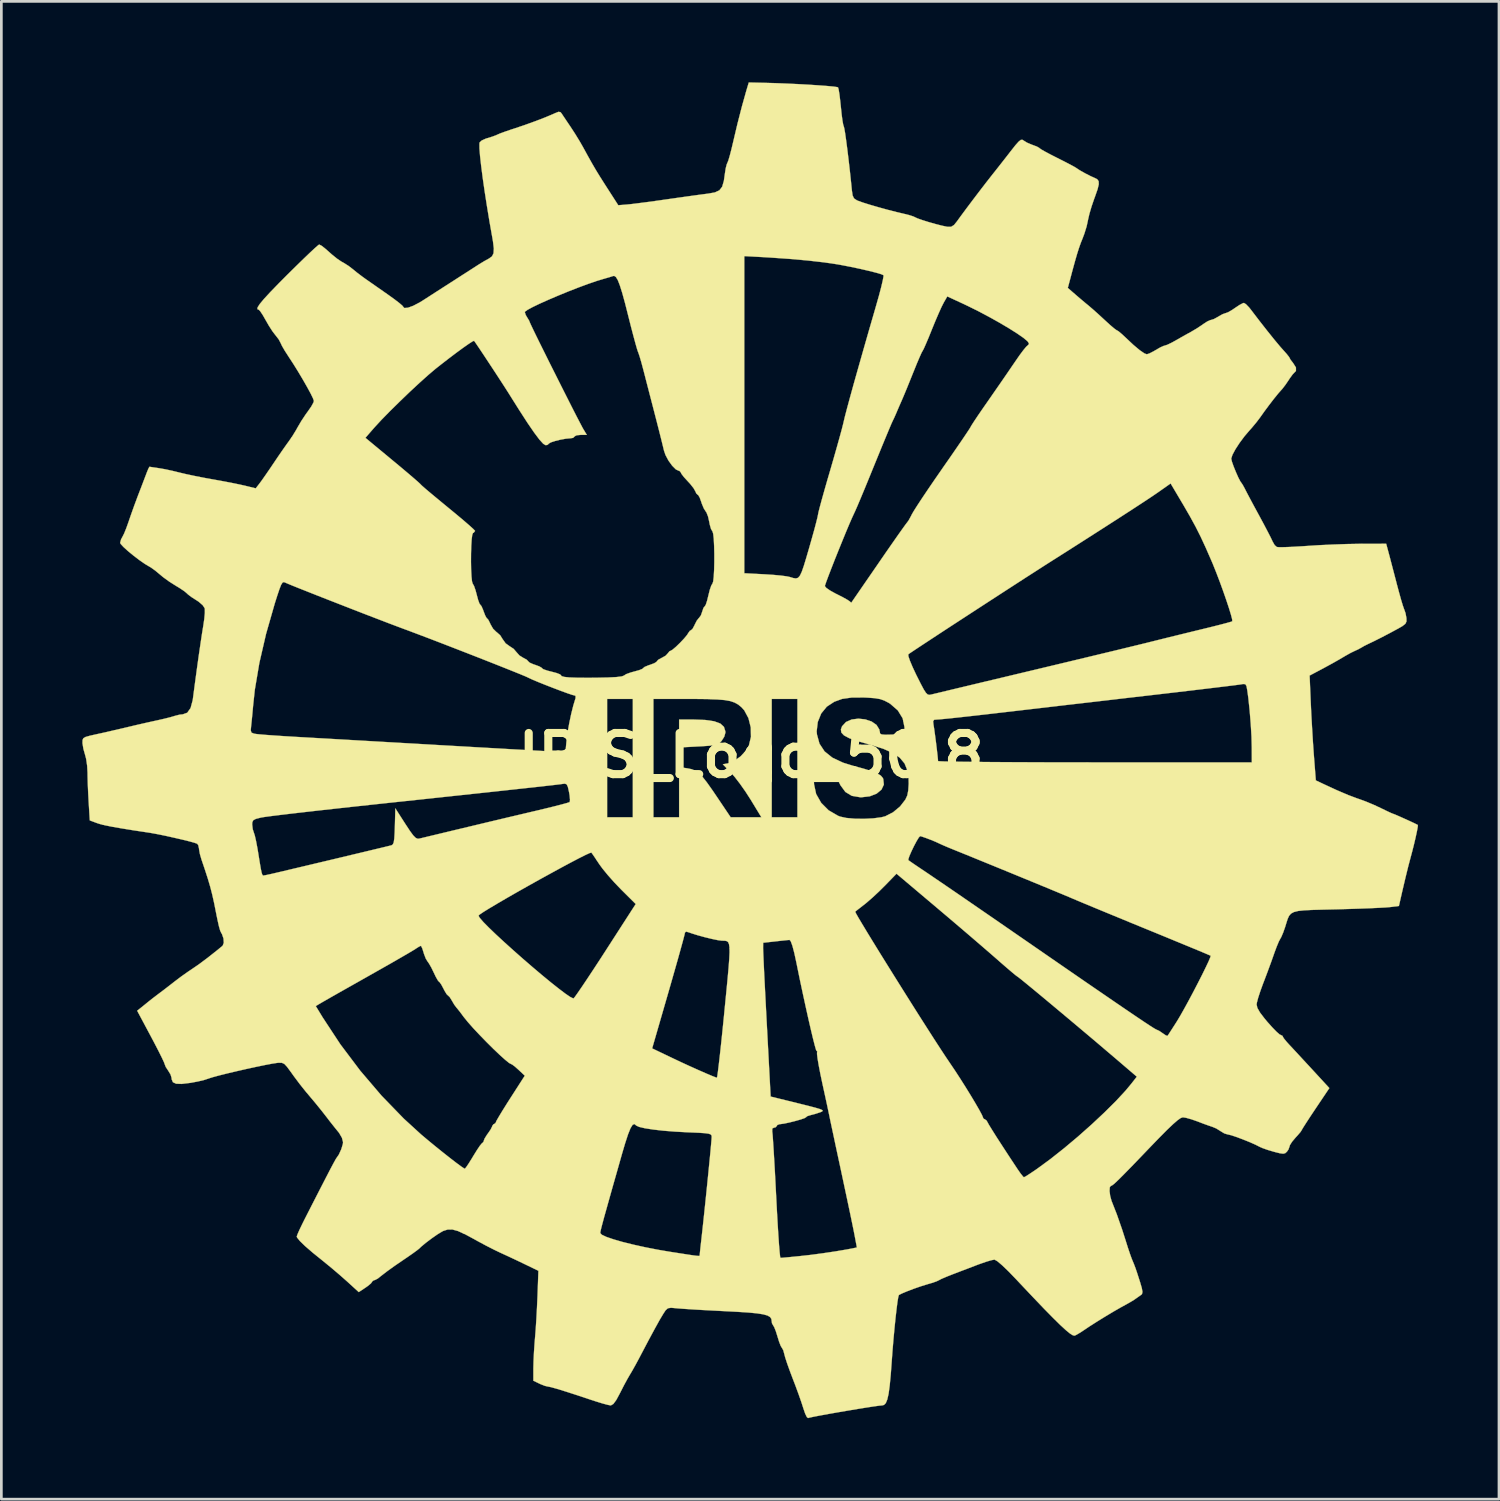
<source format=kicad_pcb>
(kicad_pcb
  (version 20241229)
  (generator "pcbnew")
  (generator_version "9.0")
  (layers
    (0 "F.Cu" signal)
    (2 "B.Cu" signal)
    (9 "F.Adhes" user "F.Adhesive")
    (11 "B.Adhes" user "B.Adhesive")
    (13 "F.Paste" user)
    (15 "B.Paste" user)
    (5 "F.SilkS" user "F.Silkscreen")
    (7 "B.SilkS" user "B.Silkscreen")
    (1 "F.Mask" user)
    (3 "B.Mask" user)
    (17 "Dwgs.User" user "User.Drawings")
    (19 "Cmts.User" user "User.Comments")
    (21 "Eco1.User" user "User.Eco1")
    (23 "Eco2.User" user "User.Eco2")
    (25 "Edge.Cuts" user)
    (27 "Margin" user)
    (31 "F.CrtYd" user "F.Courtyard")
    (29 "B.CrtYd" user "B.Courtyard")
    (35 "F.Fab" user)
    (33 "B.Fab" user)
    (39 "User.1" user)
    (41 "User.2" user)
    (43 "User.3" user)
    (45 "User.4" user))
  (footprint "IRIS_Logo_50.8"
    (layer "F.Cu")
    (at 24.767 24.929)
    (property "Reference" "IRIS_Logo_50.8" (at 0 0 0) (layer "F.SilkS") (effects (font (size 1.524 1.524) (thickness 0.3))))
    (attr through_hole)
    (fp_poly (pts (xy -2.143 -1.332) (xy -1.699 -1.316) (xy -1.369 -1.268) (xy -1.141 -1.184) (xy -1.007 -1.06) (xy -0.954 -0.891) (xy -0.953 -0.849) (xy -0.993 -0.702) (xy -1.091 -0.545) (xy -1.095 -0.54) (xy -1.166 -0.467) (xy -1.247 -0.417) (xy -1.365 -0.384) (xy -1.546 -0.362) (xy -1.817 -0.343) (xy -1.953 -0.336) (xy -2.667 -0.298) (xy -2.667 -1.333) (xy -2.143 -1.332)) (stroke (width 0.01) (type solid)) (fill yes) (layer "F.SilkS"))
    (fp_poly (pts (xy 0.544 -24.91) (xy 0.923 -24.899) (xy 1.328 -24.883) (xy 1.741 -24.864) (xy 2.139 -24.842) (xy 2.503 -24.818) (xy 2.813 -24.795) (xy 3.048 -24.773) (xy 3.188 -24.753) (xy 3.218 -24.743) (xy 3.24 -24.667) (xy 3.269 -24.492) (xy 3.299 -24.245) (xy 3.323 -24.019) (xy 3.352 -23.738) (xy 3.383 -23.507) (xy 3.411 -23.353) (xy 3.428 -23.305) (xy 3.448 -23.234) (xy 3.479 -23.056) (xy 3.517 -22.789) (xy 3.561 -22.453) (xy 3.608 -22.065) (xy 3.656 -21.646) (xy 3.702 -21.213) (xy 3.73 -20.933) (xy 3.758 -20.74) (xy 3.811 -20.631) (xy 3.916 -20.561) (xy 3.96 -20.542) (xy 4.135 -20.479) (xy 4.4 -20.396) (xy 4.72 -20.303) (xy 5.061 -20.209) (xy 5.389 -20.125) (xy 5.652 -20.063) (xy 5.856 -20.012) (xy 6.011 -19.962) (xy 6.066 -19.935) (xy 6.161 -19.891) (xy 6.344 -19.827) (xy 6.58 -19.753) (xy 6.832 -19.682) (xy 7.066 -19.622) (xy 7.246 -19.584) (xy 7.271 -19.58) (xy 7.408 -19.581) (xy 7.515 -19.648) (xy 7.62 -19.778) (xy 7.767 -19.981) (xy 7.97 -20.255) (xy 8.206 -20.569) (xy 8.453 -20.894) (xy 8.688 -21.2) (xy 8.889 -21.457) (xy 8.954 -21.539) (xy 9.129 -21.76) (xy 9.343 -22.033) (xy 9.557 -22.307) (xy 9.613 -22.38) (xy 9.789 -22.603) (xy 9.909 -22.737) (xy 9.989 -22.799) (xy 10.049 -22.801) (xy 10.09 -22.775) (xy 10.217 -22.696) (xy 10.398 -22.62) (xy 10.426 -22.61) (xy 10.581 -22.552) (xy 10.672 -22.5) (xy 10.68 -22.491) (xy 10.741 -22.447) (xy 10.893 -22.36) (xy 11.112 -22.244) (xy 11.335 -22.131) (xy 11.597 -21.999) (xy 11.818 -21.884) (xy 11.973 -21.8) (xy 12.033 -21.763) (xy 12.162 -21.677) (xy 12.356 -21.567) (xy 12.564 -21.46) (xy 12.716 -21.392) (xy 12.817 -21.341) (xy 12.869 -21.269) (xy 12.874 -21.155) (xy 12.831 -20.975) (xy 12.738 -20.708) (xy 12.702 -20.61) (xy 12.607 -20.333) (xy 12.527 -20.061) (xy 12.477 -19.845) (xy 12.472 -19.817) (xy 12.423 -19.591) (xy 12.34 -19.324) (xy 12.279 -19.161) (xy 12.208 -18.985) (xy 12.144 -18.805) (xy 12.077 -18.596) (xy 12 -18.331) (xy 11.905 -17.985) (xy 11.827 -17.691) (xy 11.727 -17.316) (xy 11.99 -17.088) (xy 12.195 -16.912) (xy 12.408 -16.733) (xy 12.487 -16.669) (xy 12.648 -16.531) (xy 12.859 -16.343) (xy 13.078 -16.141) (xy 13.107 -16.114) (xy 13.29 -15.947) (xy 13.439 -15.82) (xy 13.529 -15.754) (xy 13.542 -15.749) (xy 13.61 -15.707) (xy 13.737 -15.6) (xy 13.867 -15.478) (xy 14.155 -15.208) (xy 14.391 -15.01) (xy 14.565 -14.891) (xy 14.653 -14.859) (xy 14.752 -14.891) (xy 14.909 -14.972) (xy 14.986 -15.018) (xy 15.153 -15.114) (xy 15.284 -15.172) (xy 15.318 -15.18) (xy 15.414 -15.212) (xy 15.578 -15.291) (xy 15.716 -15.367) (xy 15.949 -15.5) (xy 16.185 -15.632) (xy 16.288 -15.688) (xy 16.501 -15.814) (xy 16.707 -15.95) (xy 16.744 -15.978) (xy 16.894 -16.075) (xy 17.011 -16.127) (xy 17.03 -16.129) (xy 17.136 -16.163) (xy 17.285 -16.244) (xy 17.304 -16.256) (xy 17.453 -16.341) (xy 17.565 -16.382) (xy 17.574 -16.383) (xy 17.669 -16.418) (xy 17.821 -16.507) (xy 17.917 -16.573) (xy 18.081 -16.682) (xy 18.209 -16.75) (xy 18.25 -16.761) (xy 18.327 -16.712) (xy 18.442 -16.593) (xy 18.498 -16.523) (xy 18.82 -16.102) (xy 19.12 -15.719) (xy 19.383 -15.392) (xy 19.595 -15.138) (xy 19.702 -15.018) (xy 19.833 -14.871) (xy 19.919 -14.762) (xy 19.939 -14.726) (xy 19.976 -14.656) (xy 20.066 -14.542) (xy 20.176 -14.37) (xy 20.176 -14.241) (xy 20.127 -14.191) (xy 20.055 -14.115) (xy 19.951 -13.973) (xy 19.903 -13.899) (xy 19.781 -13.72) (xy 19.667 -13.573) (xy 19.635 -13.538) (xy 19.521 -13.409) (xy 19.359 -13.209) (xy 19.176 -12.971) (xy 18.997 -12.73) (xy 18.86 -12.536) (xy 18.719 -12.349) (xy 18.543 -12.137) (xy 18.457 -12.041) (xy 18.268 -11.82) (xy 18.087 -11.576) (xy 17.933 -11.339) (xy 17.825 -11.137) (xy 17.78 -10.999) (xy 17.78 -10.992) (xy 17.805 -10.883) (xy 17.868 -10.704) (xy 17.953 -10.495) (xy 18.041 -10.296) (xy 18.118 -10.149) (xy 18.156 -10.097) (xy 18.205 -10.024) (xy 18.282 -9.883) (xy 18.302 -9.842) (xy 18.374 -9.703) (xy 18.491 -9.482) (xy 18.639 -9.206) (xy 18.802 -8.906) (xy 18.828 -8.858) (xy 18.987 -8.563) (xy 19.128 -8.294) (xy 19.239 -8.078) (xy 19.304 -7.942) (xy 19.31 -7.927) (xy 19.389 -7.79) (xy 19.469 -7.722) (xy 19.561 -7.714) (xy 19.756 -7.716) (xy 20.031 -7.727) (xy 20.361 -7.746) (xy 20.592 -7.761) (xy 21.044 -7.79) (xy 21.551 -7.813) (xy 22.055 -7.831) (xy 22.499 -7.839) (xy 22.57 -7.839) (xy 23.518 -7.842) (xy 23.603 -7.525) (xy 23.652 -7.342) (xy 23.723 -7.071) (xy 23.808 -6.746) (xy 23.897 -6.405) (xy 23.906 -6.368) (xy 23.991 -6.05) (xy 24.069 -5.77) (xy 24.134 -5.554) (xy 24.178 -5.428) (xy 24.184 -5.415) (xy 24.234 -5.272) (xy 24.267 -5.092) (xy 24.27 -4.967) (xy 24.229 -4.879) (xy 24.12 -4.793) (xy 23.971 -4.707) (xy 23.669 -4.544) (xy 23.354 -4.379) (xy 23.068 -4.235) (xy 22.86 -4.136) (xy 22.703 -4.058) (xy 22.606 -4.001) (xy 22.473 -3.928) (xy 22.352 -3.873) (xy 22.199 -3.799) (xy 22.006 -3.691) (xy 21.939 -3.651) (xy 21.762 -3.547) (xy 21.518 -3.409) (xy 21.252 -3.264) (xy 21.184 -3.227) (xy 20.682 -2.961) (xy 20.724 -1.972) (xy 20.745 -1.521) (xy 20.774 -1.011) (xy 20.805 -0.503) (xy 20.836 -0.057) (xy 20.838 -0.032) (xy 20.912 0.921) (xy 21.203 1.059) (xy 21.701 1.289) (xy 22.112 1.464) (xy 22.456 1.593) (xy 22.537 1.62) (xy 22.776 1.708) (xy 23.062 1.828) (xy 23.313 1.945) (xy 23.523 2.047) (xy 23.686 2.123) (xy 23.77 2.158) (xy 23.775 2.159) (xy 23.84 2.183) (xy 23.986 2.246) (xy 24.176 2.331) (xy 24.377 2.422) (xy 24.551 2.503) (xy 24.666 2.56) (xy 24.69 2.574) (xy 24.687 2.641) (xy 24.657 2.803) (xy 24.608 3.032) (xy 24.545 3.3) (xy 24.474 3.58) (xy 24.421 3.778) (xy 24.336 4.099) (xy 24.232 4.522) (xy 24.113 5.028) (xy 24.056 5.278) (xy 23.989 5.572) (xy 23.663 5.613) (xy 23.51 5.626) (xy 23.251 5.64) (xy 22.908 5.656) (xy 22.503 5.671) (xy 22.056 5.685) (xy 21.696 5.695) (xy 21.184 5.707) (xy 20.784 5.718) (xy 20.48 5.733) (xy 20.257 5.757) (xy 20.099 5.797) (xy 19.992 5.856) (xy 19.92 5.94) (xy 19.868 6.055) (xy 19.82 6.205) (xy 19.776 6.35) (xy 19.703 6.557) (xy 19.633 6.722) (xy 19.596 6.787) (xy 19.543 6.886) (xy 19.466 7.07) (xy 19.379 7.303) (xy 19.36 7.358) (xy 19.259 7.644) (xy 19.132 7.989) (xy 19.003 8.332) (xy 18.959 8.445) (xy 18.859 8.72) (xy 18.778 8.967) (xy 18.729 9.153) (xy 18.719 9.22) (xy 18.747 9.347) (xy 18.845 9.519) (xy 19.023 9.752) (xy 19.12 9.867) (xy 19.301 10.07) (xy 19.458 10.231) (xy 19.569 10.328) (xy 19.606 10.346) (xy 19.68 10.383) (xy 19.685 10.401) (xy 19.725 10.472) (xy 19.829 10.6) (xy 19.923 10.704) (xy 20.055 10.845) (xy 20.248 11.053) (xy 20.48 11.304) (xy 20.727 11.571) (xy 20.787 11.636) (xy 21.413 12.316) (xy 20.898 13.083) (xy 20.716 13.356) (xy 20.562 13.592) (xy 20.449 13.769) (xy 20.39 13.868) (xy 20.384 13.882) (xy 20.344 13.943) (xy 20.241 14.063) (xy 20.162 14.149) (xy 20.034 14.301) (xy 19.953 14.428) (xy 19.94 14.473) (xy 19.899 14.59) (xy 19.842 14.671) (xy 19.78 14.727) (xy 19.705 14.746) (xy 19.581 14.73) (xy 19.375 14.678) (xy 19.35 14.671) (xy 19.121 14.603) (xy 18.928 14.534) (xy 18.828 14.489) (xy 18.679 14.413) (xy 18.465 14.318) (xy 18.221 14.22) (xy 17.982 14.13) (xy 17.784 14.064) (xy 17.662 14.034) (xy 17.653 14.034) (xy 17.525 13.996) (xy 17.392 13.915) (xy 17.223 13.81) (xy 17.081 13.751) (xy 16.939 13.703) (xy 16.728 13.627) (xy 16.531 13.551) (xy 16.304 13.472) (xy 16.103 13.416) (xy 15.987 13.399) (xy 15.911 13.424) (xy 15.793 13.506) (xy 15.625 13.652) (xy 15.396 13.87) (xy 15.1 14.169) (xy 14.792 14.488) (xy 14.398 14.899) (xy 14.083 15.226) (xy 13.836 15.478) (xy 13.65 15.665) (xy 13.515 15.796) (xy 13.422 15.879) (xy 13.361 15.924) (xy 13.325 15.938) (xy 13.321 15.938) (xy 13.281 15.993) (xy 13.273 16.129) (xy 13.296 16.308) (xy 13.346 16.49) (xy 13.359 16.524) (xy 13.544 16.996) (xy 13.739 17.556) (xy 13.872 17.971) (xy 13.955 18.235) (xy 14.034 18.469) (xy 14.094 18.635) (xy 14.108 18.669) (xy 14.172 18.822) (xy 14.232 18.979) (xy 14.3 19.18) (xy 14.39 19.461) (xy 14.401 19.494) (xy 14.468 19.724) (xy 14.492 19.863) (xy 14.475 19.942) (xy 14.447 19.971) (xy 14.15 20.179) (xy 13.906 20.319) (xy 13.694 20.435) (xy 13.412 20.597) (xy 13.099 20.785) (xy 12.793 20.974) (xy 12.53 21.142) (xy 12.383 21.241) (xy 12.2 21.363) (xy 12.045 21.454) (xy 11.982 21.484) (xy 11.919 21.474) (xy 11.812 21.409) (xy 11.657 21.282) (xy 11.448 21.09) (xy 11.179 20.825) (xy 10.844 20.484) (xy 10.438 20.059) (xy 9.954 19.547) (xy 9.821 19.405) (xy 9.536 19.109) (xy 9.301 18.883) (xy 9.125 18.733) (xy 9.018 18.67) (xy 9.008 18.669) (xy 8.894 18.691) (xy 8.698 18.749) (xy 8.455 18.834) (xy 8.363 18.868) (xy 8.058 18.985) (xy 7.734 19.108) (xy 7.458 19.214) (xy 7.429 19.225) (xy 7.213 19.311) (xy 7.042 19.385) (xy 6.953 19.432) (xy 6.953 19.432) (xy 6.862 19.475) (xy 6.688 19.534) (xy 6.509 19.587) (xy 6.292 19.654) (xy 6.038 19.742) (xy 5.787 19.837) (xy 5.582 19.923) (xy 5.472 19.979) (xy 5.45 20.05) (xy 5.42 20.228) (xy 5.386 20.493) (xy 5.348 20.826) (xy 5.309 21.207) (xy 5.271 21.616) (xy 5.236 22.035) (xy 5.208 22.416) (xy 5.17 22.933) (xy 5.131 23.336) (xy 5.09 23.637) (xy 5.042 23.848) (xy 4.987 23.982) (xy 4.92 24.05) (xy 4.853 24.067) (xy 4.746 24.077) (xy 4.542 24.105) (xy 4.263 24.148) (xy 3.934 24.201) (xy 3.576 24.261) (xy 3.213 24.323) (xy 2.866 24.384) (xy 2.559 24.44) (xy 2.315 24.487) (xy 2.157 24.521) (xy 2.107 24.536) (xy 2.062 24.498) (xy 1.999 24.367) (xy 1.934 24.176) (xy 1.861 23.95) (xy 1.756 23.65) (xy 1.635 23.321) (xy 1.543 23.082) (xy 1.431 22.785) (xy 1.333 22.512) (xy 1.262 22.294) (xy 1.231 22.177) (xy 1.19 22.025) (xy 1.142 21.939) (xy 1.139 21.936) (xy 1.094 21.862) (xy 1.033 21.702) (xy 0.978 21.523) (xy 0.914 21.318) (xy 0.854 21.167) (xy 0.817 21.108) (xy 0.771 21.024) (xy 0.762 20.953) (xy 0.749 20.865) (xy 0.702 20.795) (xy 0.607 20.739) (xy 0.45 20.695) (xy 0.219 20.659) (xy -0.101 20.628) (xy -0.522 20.601) (xy -0.984 20.577) (xy -1.424 20.554) (xy -1.841 20.532) (xy -2.211 20.51) (xy -2.511 20.49) (xy -2.718 20.474) (xy -2.773 20.469) (xy -2.967 20.452) (xy -3.082 20.47) (xy -3.166 20.543) (xy -3.255 20.678) (xy -3.384 20.894) (xy -3.564 21.219) (xy -3.794 21.645) (xy -4.069 22.167) (xy -4.159 22.339) (xy -4.286 22.574) (xy -4.413 22.8) (xy -4.489 22.927) (xy -4.586 23.095) (xy -4.713 23.329) (xy -4.842 23.582) (xy -4.855 23.608) (xy -4.993 23.865) (xy -5.102 24.013) (xy -5.192 24.066) (xy -5.202 24.067) (xy -5.31 24.047) (xy -5.507 23.994) (xy -5.76 23.916) (xy -5.947 23.855) (xy -6.439 23.691) (xy -6.854 23.557) (xy -7.181 23.456) (xy -7.411 23.392) (xy -7.533 23.367) (xy -7.538 23.367) (xy -7.643 23.342) (xy -7.802 23.279) (xy -7.84 23.261) (xy -8.065 23.154) (xy -8.065 22.701) (xy -8.058 22.431) (xy -8.042 22.091) (xy -8.018 21.738) (xy -8.005 21.585) (xy -7.979 21.261) (xy -7.953 20.859) (xy -7.93 20.43) (xy -7.912 20.024) (xy -7.911 20.003) (xy -7.878 19.082) (xy -8.368 18.845) (xy -8.664 18.703) (xy -8.981 18.554) (xy -9.255 18.428) (xy -9.271 18.421) (xy -9.515 18.304) (xy -9.819 18.149) (xy -10.13 17.982) (xy -10.255 17.912) (xy -10.598 17.727) (xy -10.692 17.685) (xy -5.588 17.685) (xy -5.528 17.749) (xy -5.359 17.828) (xy -5.096 17.918) (xy -4.757 18.016) (xy -4.357 18.115) (xy -3.913 18.213) (xy -3.44 18.305) (xy -3.016 18.377) (xy -2.618 18.439) (xy -2.328 18.484) (xy -2.13 18.513) (xy -2.005 18.529) (xy -1.937 18.532) (xy -1.909 18.525) (xy -1.904 18.509) (xy -1.904 18.494) (xy -1.897 18.414) (xy -1.879 18.238) (xy -1.852 17.999) (xy -1.838 17.875) (xy -1.804 17.571) (xy -1.764 17.201) (xy -1.72 16.785) (xy -1.674 16.343) (xy -1.628 15.893) (xy -1.584 15.454) (xy -1.544 15.048) (xy -1.509 14.691) (xy -1.483 14.405) (xy -1.466 14.208) (xy -1.461 14.122) (xy -1.467 14.07) (xy -1.498 14.032) (xy -1.574 14.005) (xy -1.715 13.986) (xy -1.938 13.971) (xy -2.264 13.957) (xy -2.365 13.953) (xy -2.827 13.928) (xy -3.254 13.894) (xy -3.629 13.851) (xy -3.933 13.804) (xy -4.149 13.753) (xy -4.258 13.703) (xy -4.264 13.696) (xy -4.325 13.646) (xy -4.392 13.68) (xy -4.469 13.806) (xy -4.56 14.033) (xy -4.669 14.368) (xy -4.779 14.741) (xy -4.971 15.418) (xy -5.132 15.983) (xy -5.262 16.446) (xy -5.366 16.817) (xy -5.447 17.107) (xy -5.506 17.326) (xy -5.547 17.483) (xy -5.572 17.589) (xy -5.585 17.654) (xy -5.588 17.685) (xy -10.692 17.685) (xy -10.86 17.609) (xy -11.065 17.553) (xy -11.236 17.554) (xy -11.395 17.604) (xy -11.438 17.625) (xy -11.609 17.728) (xy -11.826 17.879) (xy -12.045 18.044) (xy -12.223 18.192) (xy -12.287 18.255) (xy -12.365 18.318) (xy -12.522 18.433) (xy -12.732 18.579) (xy -12.859 18.665) (xy -13.203 18.9) (xy -13.478 19.098) (xy -13.722 19.286) (xy -13.824 19.368) (xy -13.933 19.425) (xy -13.967 19.431) (xy -14.031 19.472) (xy -14.034 19.486) (xy -14.082 19.551) (xy -14.205 19.652) (xy -14.282 19.706) (xy -14.531 19.871) (xy -14.965 19.475) (xy -15.231 19.24) (xy -15.538 18.979) (xy -15.828 18.741) (xy -15.875 18.703) (xy -16.238 18.41) (xy -16.52 18.166) (xy -16.714 17.977) (xy -16.815 17.851) (xy -16.828 17.814) (xy -16.8 17.732) (xy -16.727 17.565) (xy -16.619 17.341) (xy -16.537 17.176) (xy -16.243 16.6) (xy -15.985 16.097) (xy -15.767 15.673) (xy -15.593 15.337) (xy -15.465 15.096) (xy -15.388 14.956) (xy -15.367 14.922) (xy -15.269 14.78) (xy -15.178 14.579) (xy -15.12 14.386) (xy -15.113 14.318) (xy -15.154 14.157) (xy -15.258 13.978) (xy -15.288 13.94) (xy -15.422 13.775) (xy -15.591 13.562) (xy -15.716 13.399) (xy -15.902 13.16) (xy -16.106 12.908) (xy -16.224 12.766) (xy -16.492 12.448) (xy -16.714 12.17) (xy -16.932 11.879) (xy -17.05 11.714) (xy -17.188 11.527) (xy -17.286 11.422) (xy -17.379 11.38) (xy -17.498 11.378) (xy -17.558 11.384) (xy -17.735 11.411) (xy -17.999 11.461) (xy -18.324 11.528) (xy -18.683 11.606) (xy -19.051 11.69) (xy -19.402 11.773) (xy -19.709 11.85) (xy -19.947 11.915) (xy -20.089 11.96) (xy -20.098 11.964) (xy -20.254 12.015) (xy -20.488 12.071) (xy -20.753 12.121) (xy -20.784 12.125) (xy -21.092 12.162) (xy -21.296 12.154) (xy -21.413 12.099) (xy -21.46 11.99) (xy -21.463 11.939) (xy -21.501 11.813) (xy -21.59 11.667) (xy -21.679 11.533) (xy -21.717 11.434) (xy -21.717 11.433) (xy -21.746 11.355) (xy -21.825 11.186) (xy -21.945 10.945) (xy -22.097 10.652) (xy -22.227 10.406) (xy -22.737 9.452) (xy -22.592 9.336) (xy -22.519 9.278) (xy -16.124 9.278) (xy -15.865 9.703) (xy -15.211 10.698) (xy -14.477 11.672) (xy -13.687 12.598) (xy -12.864 13.447) (xy -12.224 14.032) (xy -11.966 14.249) (xy -11.688 14.478) (xy -11.407 14.704) (xy -11.142 14.913) (xy -10.911 15.091) (xy -10.732 15.223) (xy -10.624 15.294) (xy -10.603 15.303) (xy -10.558 15.252) (xy -10.466 15.117) (xy -10.343 14.921) (xy -10.287 14.827) (xy -10.155 14.614) (xy -10.044 14.449) (xy -9.97 14.36) (xy -9.955 14.351) (xy -9.909 14.301) (xy -9.906 14.278) (xy -9.87 14.184) (xy -9.781 14.041) (xy -9.747 13.996) (xy -9.647 13.85) (xy -9.592 13.739) (xy -9.588 13.72) (xy -9.543 13.655) (xy -9.525 13.652) (xy -9.463 13.608) (xy -9.461 13.594) (xy -9.429 13.523) (xy -9.338 13.366) (xy -9.202 13.141) (xy -9.032 12.869) (xy -8.922 12.697) (xy -8.382 11.857) (xy -8.609 11.644) (xy -8.749 11.519) (xy -8.853 11.442) (xy -8.881 11.43) (xy -8.964 11.386) (xy -9.114 11.264) (xy -9.315 11.083) (xy -9.551 10.858) (xy -9.563 10.846) (xy -3.666 10.846) (xy -2.928 11.199) (xy -2.605 11.352) (xy -2.272 11.505) (xy -1.954 11.648) (xy -1.671 11.772) (xy -1.446 11.867) (xy -1.303 11.923) (xy -1.267 11.933) (xy -1.253 11.873) (xy -1.229 11.7) (xy -1.196 11.428) (xy -1.155 11.07) (xy -1.108 10.639) (xy -1.057 10.149) (xy -1.003 9.613) (xy -0.988 9.455) (xy -0.925 8.815) (xy -0.874 8.29) (xy -0.836 7.868) (xy -0.811 7.538) (xy -0.799 7.29) (xy -0.802 7.134) (xy 0.443 7.134) (xy 0.446 7.24) (xy 0.455 7.457) (xy 0.469 7.773) (xy 0.488 8.171) (xy 0.512 8.639) (xy 0.539 9.161) (xy 0.568 9.723) (xy 0.582 9.982) (xy 0.722 12.63) (xy 1.742 12.881) (xy 2.116 12.974) (xy 2.379 13.043) (xy 2.547 13.093) (xy 2.633 13.131) (xy 2.652 13.161) (xy 2.616 13.188) (xy 2.572 13.207) (xy 2.373 13.273) (xy 2.207 13.316) (xy 2.08 13.355) (xy 2.032 13.396) (xy 1.976 13.43) (xy 1.831 13.48) (xy 1.632 13.536) (xy 1.416 13.59) (xy 1.218 13.632) (xy 1.074 13.652) (xy 1.055 13.652) (xy 0.966 13.685) (xy 0.953 13.716) (xy 0.901 13.772) (xy 0.852 13.78) (xy 0.783 13.813) (xy 0.781 13.931) (xy 0.785 13.954) (xy 0.796 14.057) (xy 0.811 14.271) (xy 0.831 14.58) (xy 0.854 14.969) (xy 0.88 15.421) (xy 0.906 15.921) (xy 0.929 16.367) (xy 0.956 16.886) (xy 0.983 17.362) (xy 1.009 17.781) (xy 1.033 18.13) (xy 1.055 18.392) (xy 1.073 18.556) (xy 1.085 18.605) (xy 1.163 18.6) (xy 1.339 18.584) (xy 1.584 18.56) (xy 1.787 18.54) (xy 2.201 18.494) (xy 2.659 18.433) (xy 3.116 18.365) (xy 3.525 18.296) (xy 3.752 18.253) (xy 3.916 18.219) (xy 3.83 17.761) (xy 3.795 17.582) (xy 3.737 17.299) (xy 3.661 16.932) (xy 3.57 16.502) (xy 3.469 16.028) (xy 3.363 15.531) (xy 3.335 15.399) (xy 3.231 14.917) (xy 3.135 14.47) (xy 3.051 14.074) (xy 2.981 13.746) (xy 2.929 13.502) (xy 2.9 13.359) (xy 2.895 13.335) (xy 2.871 13.221) (xy 2.826 13.008) (xy 2.764 12.72) (xy 2.69 12.381) (xy 2.636 12.134) (xy 2.562 11.782) (xy 2.502 11.47) (xy 2.46 11.221) (xy 2.44 11.056) (xy 2.441 11.003) (xy 2.446 10.942) (xy 2.426 10.946) (xy 2.401 10.894) (xy 2.355 10.732) (xy 2.29 10.476) (xy 2.21 10.141) (xy 2.118 9.741) (xy 2.018 9.292) (xy 1.913 8.809) (xy 1.806 8.306) (xy 1.702 7.799) (xy 1.679 7.684) (xy 1.601 7.323) (xy 1.53 7.052) (xy 1.469 6.884) (xy 1.424 6.829) (xy 1.336 6.836) (xy 1.158 6.855) (xy 0.928 6.88) (xy 0.905 6.883) (xy 0.445 6.934) (xy 0.443 7.134) (xy -0.802 7.134) (xy -0.802 7.111) (xy -0.819 6.99) (xy -0.85 6.915) (xy -0.896 6.876) (xy -0.958 6.861) (xy -1.036 6.858) (xy -1.079 6.858) (xy -1.226 6.839) (xy -1.453 6.792) (xy -1.72 6.727) (xy -1.986 6.654) (xy -2.21 6.584) (xy -2.289 6.555) (xy -2.408 6.521) (xy -2.453 6.56) (xy -2.458 6.595) (xy -2.478 6.679) (xy -2.528 6.87) (xy -2.606 7.153) (xy -2.706 7.513) (xy -2.826 7.935) (xy -2.96 8.405) (xy -3.066 8.773) (xy -3.666 10.846) (xy -9.563 10.846) (xy -9.804 10.607) (xy -10.056 10.347) (xy -10.292 10.096) (xy -10.493 9.868) (xy -10.643 9.683) (xy -10.673 9.643) (xy -10.79 9.485) (xy -10.889 9.362) (xy -10.906 9.344) (xy -10.994 9.228) (xy -11.084 9.074) (xy -11.162 8.948) (xy -11.222 8.89) (xy -11.225 8.889) (xy -11.278 8.837) (xy -11.357 8.706) (xy -11.393 8.635) (xy -11.475 8.482) (xy -11.539 8.392) (xy -11.556 8.382) (xy -11.602 8.329) (xy -11.68 8.192) (xy -11.748 8.049) (xy -11.845 7.85) (xy -11.935 7.694) (xy -11.98 7.633) (xy -12.049 7.521) (xy -12.116 7.346) (xy -12.129 7.3) (xy -12.179 7.143) (xy -12.222 7.055) (xy -12.232 7.048) (xy -12.304 7.081) (xy -12.429 7.16) (xy -12.436 7.166) (xy -12.535 7.227) (xy -12.729 7.342) (xy -13 7.499) (xy -13.333 7.691) (xy -13.712 7.906) (xy -14.115 8.134) (xy -14.527 8.367) (xy -14.915 8.586) (xy -15.262 8.782) (xy -15.549 8.945) (xy -15.76 9.066) (xy -15.874 9.131) (xy -16.124 9.278) (xy -22.519 9.278) (xy -22.426 9.202) (xy -22.304 9.103) (xy -22.161 8.99) (xy -21.98 8.852) (xy -21.923 8.809) (xy -21.742 8.673) (xy -21.518 8.5) (xy -21.345 8.365) (xy -21.111 8.188) (xy -20.861 8.011) (xy -20.704 7.906) (xy -20.453 7.734) (xy -20.137 7.498) (xy -19.783 7.218) (xy -19.573 7.046) (xy -19.53 6.939) (xy -19.54 6.777) (xy -19.596 6.614) (xy -19.622 6.572) (xy -19.663 6.486) (xy -19.709 6.325) (xy -19.766 6.07) (xy -19.794 5.93) (xy -10.097 5.93) (xy -10.05 6.014) (xy -9.919 6.165) (xy -9.716 6.371) (xy -9.455 6.622) (xy -9.149 6.905) (xy -8.812 7.209) (xy -8.457 7.523) (xy -8.098 7.833) (xy -7.747 8.13) (xy -7.418 8.401) (xy -7.124 8.634) (xy -6.88 8.819) (xy -6.697 8.943) (xy -6.59 8.994) (xy -6.576 8.994) (xy -6.528 8.939) (xy -6.421 8.789) (xy -6.262 8.557) (xy -6.061 8.257) (xy -5.825 7.9) (xy -5.564 7.501) (xy -5.395 7.239) (xy -4.456 5.782) (xy 3.854 5.782) (xy 3.879 5.84) (xy 3.965 5.993) (xy 4.105 6.228) (xy 4.29 6.535) (xy 4.514 6.901) (xy 4.768 7.314) (xy 5.046 7.761) (xy 5.34 8.232) (xy 5.642 8.714) (xy 5.944 9.194) (xy 6.24 9.662) (xy 6.522 10.104) (xy 6.782 10.51) (xy 7.013 10.866) (xy 7.207 11.161) (xy 7.357 11.383) (xy 7.367 11.398) (xy 7.55 11.669) (xy 7.747 11.972) (xy 7.947 12.288) (xy 8.139 12.6) (xy 8.31 12.886) (xy 8.45 13.128) (xy 8.546 13.308) (xy 8.587 13.405) (xy 8.588 13.414) (xy 8.62 13.46) (xy 8.638 13.462) (xy 8.714 13.513) (xy 8.75 13.573) (xy 8.804 13.672) (xy 8.922 13.864) (xy 9.093 14.136) (xy 9.312 14.474) (xy 9.568 14.867) (xy 9.855 15.301) (xy 9.866 15.318) (xy 9.98 15.481) (xy 10.068 15.591) (xy 10.102 15.619) (xy 10.168 15.586) (xy 10.311 15.495) (xy 10.507 15.364) (xy 10.61 15.292) (xy 11.082 14.946) (xy 11.586 14.547) (xy 12.101 14.115) (xy 12.607 13.666) (xy 13.084 13.219) (xy 13.512 12.794) (xy 13.87 12.407) (xy 14.08 12.154) (xy 14.283 11.894) (xy 13.511 11.233) (xy 13.146 10.923) (xy 12.755 10.59) (xy 12.347 10.246) (xy 11.934 9.899) (xy 11.529 9.559) (xy 11.143 9.236) (xy 10.787 8.939) (xy 10.473 8.679) (xy 10.213 8.465) (xy 10.018 8.306) (xy 9.9 8.213) (xy 9.869 8.191) (xy 9.813 8.152) (xy 9.679 8.042) (xy 9.484 7.876) (xy 9.245 7.669) (xy 9.094 7.536) (xy 8.846 7.32) (xy 8.522 7.04) (xy 8.143 6.714) (xy 7.73 6.361) (xy 7.304 5.999) (xy 6.887 5.646) (xy 6.867 5.629) (xy 5.384 4.377) (xy 4.962 4.811) (xy 4.732 5.039) (xy 4.489 5.265) (xy 4.276 5.45) (xy 4.223 5.493) (xy 4.049 5.629) (xy 3.914 5.734) (xy 3.854 5.782) (xy -4.456 5.782) (xy -4.274 5.5) (xy -4.82 4.957) (xy -5.065 4.701) (xy -5.305 4.431) (xy -5.506 4.185) (xy -5.618 4.032) (xy -5.745 3.842) (xy 5.821 3.842) (xy 5.822 3.874) (xy 5.893 3.926) (xy 6.047 4.032) (xy 6.259 4.175) (xy 6.477 4.321) (xy 6.641 4.432) (xy 6.898 4.607) (xy 7.237 4.838) (xy 7.645 5.117) (xy 8.11 5.437) (xy 8.622 5.789) (xy 9.169 6.166) (xy 9.738 6.559) (xy 10.16 6.85) (xy 11.02 7.444) (xy 11.781 7.969) (xy 12.447 8.428) (xy 13.025 8.824) (xy 13.518 9.162) (xy 13.932 9.444) (xy 14.271 9.674) (xy 14.542 9.856) (xy 14.748 9.992) (xy 14.895 10.086) (xy 14.988 10.141) (xy 15.031 10.161) (xy 15.033 10.161) (xy 15.113 10.198) (xy 15.237 10.283) (xy 15.239 10.284) (xy 15.354 10.362) (xy 15.417 10.385) (xy 15.418 10.384) (xy 15.46 10.324) (xy 15.552 10.182) (xy 15.68 9.983) (xy 15.756 9.864) (xy 15.879 9.66) (xy 16.029 9.395) (xy 16.197 9.089) (xy 16.371 8.762) (xy 16.543 8.431) (xy 16.703 8.117) (xy 16.839 7.839) (xy 16.944 7.617) (xy 17.006 7.468) (xy 17.017 7.414) (xy 16.953 7.386) (xy 16.785 7.314) (xy 16.524 7.205) (xy 16.183 7.064) (xy 15.775 6.896) (xy 15.313 6.705) (xy 14.808 6.498) (xy 14.605 6.415) (xy 14.073 6.197) (xy 13.567 5.988) (xy 13.101 5.796) (xy 12.69 5.626) (xy 12.348 5.484) (xy 12.091 5.376) (xy 11.931 5.309) (xy 11.906 5.298) (xy 11.773 5.241) (xy 11.539 5.143) (xy 11.221 5.011) (xy 10.837 4.852) (xy 10.403 4.673) (xy 9.936 4.481) (xy 9.454 4.283) (xy 8.973 4.086) (xy 8.51 3.897) (xy 8.082 3.722) (xy 7.707 3.57) (xy 7.578 3.518) (xy 7.328 3.416) (xy 7.114 3.325) (xy 6.97 3.26) (xy 6.941 3.246) (xy 6.828 3.194) (xy 6.66 3.125) (xy 6.479 3.056) (xy 6.33 3.004) (xy 6.259 2.985) (xy 6.209 3.037) (xy 6.127 3.171) (xy 6.031 3.352) (xy 5.937 3.547) (xy 5.861 3.722) (xy 5.821 3.842) (xy -5.745 3.842) (xy -5.748 3.836) (xy -5.854 3.68) (xy -5.914 3.597) (xy -5.915 3.595) (xy -5.979 3.612) (xy -6.137 3.684) (xy -6.376 3.804) (xy -6.68 3.963) (xy -7.034 4.153) (xy -7.424 4.366) (xy -7.835 4.592) (xy -8.252 4.825) (xy -8.661 5.056) (xy -9.045 5.276) (xy -9.391 5.478) (xy -9.685 5.653) (xy -9.91 5.792) (xy -10.052 5.888) (xy -10.097 5.93) (xy -19.794 5.93) (xy -19.812 5.842) (xy -19.886 5.468) (xy -19.956 5.155) (xy -20.03 4.866) (xy -20.119 4.564) (xy -20.233 4.212) (xy -20.359 3.84) (xy -20.415 3.644) (xy -20.445 3.477) (xy -20.447 3.446) (xy -20.476 3.317) (xy -20.517 3.266) (xy -20.612 3.232) (xy -20.803 3.179) (xy -21.062 3.115) (xy -21.36 3.046) (xy -21.668 2.977) (xy -21.96 2.917) (xy -22.205 2.872) (xy -22.288 2.858) (xy -22.853 2.773) (xy -23.305 2.7) (xy -23.657 2.639) (xy -23.924 2.585) (xy -24.047 2.554) (xy -18.479 2.554) (xy -18.457 2.732) (xy -18.417 2.854) (xy -18.381 2.963) (xy -18.335 3.166) (xy -18.285 3.429) (xy -18.252 3.628) (xy -18.198 3.963) (xy -18.159 4.193) (xy -18.129 4.336) (xy -18.104 4.412) (xy -18.08 4.442) (xy -18.064 4.445) (xy -17.984 4.432) (xy -17.829 4.399) (xy -17.76 4.384) (xy -17.593 4.345) (xy -17.332 4.284) (xy -16.997 4.204) (xy -16.603 4.111) (xy -16.17 4.008) (xy -15.714 3.9) (xy -15.252 3.79) (xy -14.802 3.682) (xy -14.382 3.582) (xy -14.008 3.492) (xy -13.699 3.418) (xy -13.471 3.363) (xy -13.342 3.331) (xy -13.321 3.326) (xy -13.271 3.294) (xy -13.237 3.219) (xy -13.215 3.076) (xy -13.201 2.845) (xy -13.194 2.626) (xy -13.176 1.957) (xy -12.806 2.534) (xy -12.635 2.794) (xy -12.512 2.961) (xy -12.421 3.051) (xy -12.347 3.083) (xy -12.298 3.079) (xy -12.198 3.056) (xy -11.995 3.007) (xy -11.707 2.938) (xy -11.353 2.853) (xy -10.954 2.757) (xy -10.732 2.704) (xy -10.217 2.581) (xy -9.645 2.444) (xy -9.061 2.305) (xy -8.509 2.175) (xy -8.036 2.063) (xy -8.033 2.063) (xy -7.648 1.971) (xy -7.306 1.887) (xy -7.026 1.815) (xy -6.826 1.76) (xy -6.727 1.728) (xy -6.72 1.724) (xy -6.708 1.643) (xy -6.722 1.481) (xy -6.744 1.353) (xy -6.787 1.161) (xy -6.832 1.067) (xy -6.901 1.042) (xy -6.977 1.051) (xy -7.039 1.06) (xy -7.145 1.073) (xy -7.302 1.092) (xy -7.516 1.116) (xy -7.793 1.148) (xy -8.141 1.186) (xy -8.565 1.232) (xy -9.072 1.287) (xy -9.668 1.352) (xy -10.36 1.426) (xy -11.154 1.511) (xy -12.056 1.608) (xy -13.073 1.716) (xy -13.97 1.812) (xy -14.666 1.887) (xy -15.332 1.96) (xy -15.956 2.029) (xy -16.526 2.094) (xy -17.031 2.152) (xy -17.457 2.203) (xy -17.794 2.245) (xy -18.027 2.277) (xy -18.145 2.296) (xy -18.339 2.345) (xy -18.438 2.396) (xy -18.474 2.473) (xy -18.479 2.554) (xy -24.047 2.554) (xy -24.118 2.537) (xy -24.232 2.5) (xy -24.492 2.403) (xy -24.533 1.731) (xy -24.551 1.395) (xy -24.566 1.053) (xy -24.574 0.757) (xy -24.575 0.641) (xy -24.59 0.375) (xy -24.628 0.119) (xy -24.668 -0.032) (xy -24.728 -0.245) (xy -24.761 -0.447) (xy -24.762 -0.48) (xy -24.759 -0.576) (xy -24.729 -0.64) (xy -24.648 -0.687) (xy -24.491 -0.732) (xy -24.241 -0.788) (xy -23.926 -0.857) (xy -23.607 -0.931) (xy -18.531 -0.931) (xy -18.504 -0.848) (xy -18.413 -0.811) (xy -18.339 -0.798) (xy -18.211 -0.784) (xy -17.98 -0.764) (xy -17.669 -0.742) (xy -17.303 -0.717) (xy -16.906 -0.693) (xy -16.891 -0.692) (xy -16.605 -0.676) (xy -16.208 -0.653) (xy -15.714 -0.625) (xy -15.139 -0.592) (xy -14.497 -0.555) (xy -13.803 -0.515) (xy -13.073 -0.473) (xy -12.322 -0.43) (xy -11.565 -0.386) (xy -11.493 -0.382) (xy -10.772 -0.341) (xy -10.084 -0.301) (xy -9.44 -0.265) (xy -8.85 -0.231) (xy -8.328 -0.202) (xy -7.883 -0.177) (xy -7.527 -0.157) (xy -7.271 -0.143) (xy -7.127 -0.136) (xy -7.105 -0.135) (xy -6.876 -0.127) (xy -6.834 -0.583) (xy -6.797 -0.858) (xy -6.737 -1.191) (xy -6.664 -1.538) (xy -6.585 -1.854) (xy -6.512 -2.094) (xy -6.512 -2.095) (xy -5.334 -2.095) (xy -5.334 2.286) (xy -4.381 2.286) (xy -4.381 -2.095) (xy -3.619 -2.095) (xy -3.619 2.286) (xy -2.667 2.286) (xy -2.667 0.43) (xy -2.365 0.474) (xy -2.207 0.506) (xy -2.07 0.559) (xy -1.94 0.649) (xy -1.8 0.791) (xy -1.635 1.001) (xy -1.429 1.292) (xy -1.261 1.54) (xy -0.759 2.286) (xy 0.379 2.286) (xy -0.017 1.635) (xy -0.208 1.338) (xy -0.415 1.044) (xy -0.609 0.793) (xy -0.73 0.655) (xy -1.048 0.325) (xy -0.84 0.287) (xy -0.617 0.196) (xy -0.386 0.027) (xy -0.19 -0.186) (xy -0.086 -0.362) (xy -0.007 -0.688) (xy -0.014 -1.042) (xy -0.1 -1.385) (xy -0.256 -1.676) (xy -0.361 -1.791) (xy -0.48 -1.888) (xy -0.611 -1.961) (xy -0.772 -2.016) (xy -0.98 -2.053) (xy -1.255 -2.077) (xy -1.613 -2.09) (xy -2.072 -2.095) (xy -2.284 -2.095) (xy 0.762 -2.095) (xy 0.762 2.286) (xy 1.714 2.286) (xy 1.714 0.794) (xy 2.318 0.794) (xy 2.33 1.068) (xy 2.407 1.425) (xy 2.593 1.752) (xy 2.869 2.029) (xy 3.218 2.232) (xy 3.295 2.262) (xy 3.523 2.312) (xy 3.834 2.34) (xy 4.182 2.345) (xy 4.526 2.327) (xy 4.821 2.288) (xy 4.966 2.251) (xy 5.254 2.104) (xy 5.516 1.886) (xy 5.713 1.631) (xy 5.783 1.478) (xy 5.819 1.292) (xy 5.835 1.044) (xy 5.831 0.859) (xy 5.785 0.548) (xy 5.682 0.294) (xy 5.508 0.084) (xy 5.251 -0.093) (xy 4.896 -0.249) (xy 4.43 -0.395) (xy 4.333 -0.422) (xy 3.924 -0.538) (xy 3.63 -0.643) (xy 3.439 -0.745) (xy 3.341 -0.85) (xy 3.324 -0.967) (xy 3.367 -1.083) (xy 3.513 -1.241) (xy 3.724 -1.334) (xy 3.971 -1.365) (xy 4.226 -1.338) (xy 4.46 -1.26) (xy 4.643 -1.133) (xy 4.748 -0.962) (xy 4.761 -0.87) (xy 4.776 -0.812) (xy 4.836 -0.78) (xy 4.967 -0.769) (xy 5.196 -0.774) (xy 5.223 -0.775) (xy 5.683 -0.794) (xy 5.678 -1.054) (xy 5.634 -1.27) (xy 6.739 -1.27) (xy 6.754 -1.135) (xy 6.758 -1.113) (xy 6.781 -0.969) (xy 6.811 -0.75) (xy 6.845 -0.49) (xy 6.877 -0.226) (xy 6.903 0.004) (xy 6.919 0.163) (xy 6.921 0.206) (xy 6.983 0.213) (xy 7.163 0.22) (xy 7.453 0.226) (xy 7.842 0.232) (xy 8.324 0.237) (xy 8.887 0.242) (xy 9.525 0.246) (xy 10.227 0.249) (xy 10.985 0.252) (xy 11.79 0.253) (xy 12.634 0.254) (xy 12.732 0.254) (xy 18.542 0.254) (xy 18.54 -0.302) (xy 18.53 -0.697) (xy 18.502 -1.168) (xy 18.462 -1.661) (xy 18.413 -2.127) (xy 18.376 -2.4) (xy 18.345 -2.569) (xy 18.3 -2.642) (xy 18.215 -2.648) (xy 18.169 -2.639) (xy 18.075 -2.625) (xy 17.868 -2.598) (xy 17.559 -2.56) (xy 17.161 -2.512) (xy 16.687 -2.455) (xy 16.149 -2.391) (xy 15.56 -2.322) (xy 14.933 -2.249) (xy 14.7 -2.222) (xy 13.971 -2.138) (xy 13.203 -2.048) (xy 12.42 -1.957) (xy 11.647 -1.868) (xy 10.908 -1.781) (xy 10.227 -1.702) (xy 9.629 -1.632) (xy 9.239 -1.587) (xy 8.722 -1.527) (xy 8.238 -1.472) (xy 7.805 -1.424) (xy 7.437 -1.384) (xy 7.152 -1.355) (xy 6.964 -1.338) (xy 6.899 -1.334) (xy 6.779 -1.324) (xy 6.739 -1.27) (xy 5.634 -1.27) (xy 5.611 -1.378) (xy 5.431 -1.672) (xy 5.15 -1.916) (xy 5.092 -1.952) (xy 4.933 -2.035) (xy 4.775 -2.09) (xy 4.581 -2.123) (xy 4.313 -2.143) (xy 4.174 -2.149) (xy 3.727 -2.147) (xy 3.371 -2.097) (xy 3.079 -1.991) (xy 2.822 -1.823) (xy 2.796 -1.802) (xy 2.595 -1.557) (xy 2.467 -1.241) (xy 2.427 -0.898) (xy 2.437 -0.781) (xy 2.531 -0.438) (xy 2.718 -0.154) (xy 3.006 0.078) (xy 3.402 0.265) (xy 3.766 0.378) (xy 4.17 0.488) (xy 4.467 0.581) (xy 4.672 0.665) (xy 4.804 0.746) (xy 4.877 0.833) (xy 4.893 0.868) (xy 4.915 1.077) (xy 4.827 1.263) (xy 4.647 1.412) (xy 4.393 1.511) (xy 4.08 1.547) (xy 4.04 1.546) (xy 3.728 1.493) (xy 3.49 1.349) (xy 3.306 1.098) (xy 3.271 1.026) (xy 3.144 0.757) (xy 2.731 0.775) (xy 2.318 0.794) (xy 1.714 0.794) (xy 1.714 -2.095) (xy 0.762 -2.095) (xy -2.284 -2.095) (xy -3.619 -2.095) (xy -4.381 -2.095) (xy -5.334 -2.095) (xy -6.512 -2.095) (xy -6.502 -2.122) (xy -6.503 -2.207) (xy -6.535 -2.223) (xy -6.623 -2.245) (xy -6.802 -2.305) (xy -7.043 -2.393) (xy -7.32 -2.498) (xy -7.605 -2.609) (xy -7.87 -2.715) (xy -8.09 -2.807) (xy -8.236 -2.874) (xy -8.256 -2.885) (xy -8.354 -2.93) (xy -8.554 -3.013) (xy -8.841 -3.129) (xy -9.199 -3.272) (xy -9.612 -3.436) (xy -10.064 -3.614) (xy -10.54 -3.8) (xy -11.024 -3.988) (xy -11.499 -4.172) (xy -11.95 -4.345) (xy -12.362 -4.501) (xy -12.717 -4.635) (xy -12.859 -4.687) (xy -13.123 -4.786) (xy -13.459 -4.913) (xy -13.852 -5.064) (xy -14.284 -5.23) (xy -14.74 -5.407) (xy -15.203 -5.588) (xy -15.657 -5.765) (xy -16.085 -5.933) (xy -16.471 -6.086) (xy -16.799 -6.216) (xy -17.051 -6.318) (xy -17.213 -6.386) (xy -17.262 -6.408) (xy -17.312 -6.423) (xy -17.357 -6.399) (xy -17.407 -6.319) (xy -17.468 -6.164) (xy -17.55 -5.92) (xy -17.641 -5.633) (xy -17.965 -4.501) (xy -18.212 -3.432) (xy -18.38 -2.438) (xy -18.444 -1.841) (xy -18.469 -1.563) (xy -18.495 -1.295) (xy -18.516 -1.099) (xy -18.531 -0.931) (xy -23.607 -0.931) (xy -23.556 -0.942) (xy -23.198 -1.026) (xy -23.114 -1.046) (xy -22.774 -1.127) (xy -22.407 -1.211) (xy -22.078 -1.284) (xy -22.003 -1.3) (xy -21.744 -1.359) (xy -21.519 -1.415) (xy -21.367 -1.459) (xy -21.349 -1.466) (xy -21.164 -1.513) (xy -21.049 -1.524) (xy -20.883 -1.584) (xy -20.759 -1.758) (xy -20.682 -2.043) (xy -20.674 -2.095) (xy -20.602 -2.64) (xy -20.529 -3.18) (xy -20.458 -3.69) (xy -20.391 -4.147) (xy -20.334 -4.526) (xy -20.29 -4.796) (xy -20.252 -5.055) (xy -20.231 -5.28) (xy -20.232 -5.431) (xy -20.236 -5.453) (xy -20.31 -5.566) (xy -20.457 -5.694) (xy -20.545 -5.752) (xy -20.721 -5.864) (xy -20.857 -5.967) (xy -20.894 -6.003) (xy -20.988 -6.083) (xy -21.154 -6.195) (xy -21.316 -6.293) (xy -21.55 -6.441) (xy -21.777 -6.606) (xy -21.892 -6.702) (xy -22.066 -6.847) (xy -22.232 -6.966) (xy -22.285 -6.996) (xy -22.454 -7.097) (xy -22.66 -7.24) (xy -22.877 -7.406) (xy -23.081 -7.574) (xy -23.246 -7.724) (xy -23.348 -7.835) (xy -23.368 -7.876) (xy -23.334 -8.004) (xy -23.283 -8.098) (xy -23.221 -8.22) (xy -23.14 -8.42) (xy -23.055 -8.657) (xy -23.052 -8.668) (xy -22.958 -8.94) (xy -22.84 -9.27) (xy -22.718 -9.598) (xy -22.685 -9.684) (xy -22.578 -9.961) (xy -22.48 -10.219) (xy -22.404 -10.418) (xy -22.382 -10.477) (xy -22.324 -10.619) (xy -22.284 -10.691) (xy -22.279 -10.693) (xy -22.209 -10.682) (xy -22.054 -10.659) (xy -21.939 -10.642) (xy -21.707 -10.602) (xy -21.42 -10.54) (xy -21.177 -10.48) (xy -20.932 -10.422) (xy -20.607 -10.353) (xy -20.246 -10.282) (xy -19.939 -10.227) (xy -19.59 -10.164) (xy -19.244 -10.098) (xy -18.943 -10.036) (xy -18.746 -9.992) (xy -18.347 -9.894) (xy -18.212 -10.067) (xy -18.121 -10.19) (xy -17.981 -10.39) (xy -17.813 -10.634) (xy -17.683 -10.827) (xy -17.504 -11.092) (xy -17.332 -11.341) (xy -17.191 -11.541) (xy -17.123 -11.634) (xy -17.032 -11.765) (xy -14.285 -11.765) (xy -13.275 -10.928) (xy -12.97 -10.675) (xy -12.701 -10.448) (xy -12.481 -10.26) (xy -12.325 -10.123) (xy -12.249 -10.052) (xy -12.244 -10.045) (xy -12.191 -9.993) (xy -12.054 -9.873) (xy -11.848 -9.699) (xy -11.589 -9.484) (xy -11.292 -9.239) (xy -11.224 -9.183) (xy -10.921 -8.934) (xy -10.655 -8.711) (xy -10.441 -8.526) (xy -10.293 -8.392) (xy -10.226 -8.322) (xy -10.223 -8.317) (xy -10.273 -8.252) (xy -10.301 -8.24) (xy -10.328 -8.171) (xy -10.35 -8.002) (xy -10.365 -7.762) (xy -10.373 -7.478) (xy -10.375 -7.177) (xy -10.37 -6.888) (xy -10.357 -6.637) (xy -10.338 -6.453) (xy -10.311 -6.362) (xy -10.308 -6.359) (xy -10.262 -6.279) (xy -10.205 -6.115) (xy -10.162 -5.953) (xy -10.11 -5.759) (xy -10.061 -5.626) (xy -10.033 -5.588) (xy -9.988 -5.534) (xy -9.928 -5.397) (xy -9.906 -5.334) (xy -9.845 -5.178) (xy -9.794 -5.088) (xy -9.781 -5.08) (xy -9.733 -5.027) (xy -9.668 -4.897) (xy -9.654 -4.863) (xy -9.557 -4.695) (xy -9.435 -4.575) (xy -9.424 -4.569) (xy -9.293 -4.453) (xy -9.205 -4.312) (xy -9.092 -4.154) (xy -8.95 -4.052) (xy -8.794 -3.949) (xy -8.694 -3.832) (xy -8.581 -3.705) (xy -8.437 -3.616) (xy -8.31 -3.548) (xy -8.255 -3.488) (xy -8.255 -3.487) (xy -8.2 -3.438) (xy -8.063 -3.378) (xy -8.001 -3.358) (xy -7.844 -3.3) (xy -7.755 -3.247) (xy -7.747 -3.233) (xy -7.691 -3.194) (xy -7.545 -3.143) (xy -7.398 -3.106) (xy -7.208 -3.056) (xy -7.081 -3.007) (xy -7.048 -2.979) (xy -7.017 -2.939) (xy -6.914 -2.91) (xy -6.729 -2.891) (xy -6.448 -2.881) (xy -6.061 -2.878) (xy -5.729 -2.88) (xy -5.304 -2.889) (xy -4.989 -2.905) (xy -4.79 -2.93) (xy -4.713 -2.959) (xy -4.629 -3.013) (xy -4.464 -3.073) (xy -4.334 -3.109) (xy -4.149 -3.16) (xy -4.028 -3.209) (xy -4 -3.235) (xy -3.946 -3.28) (xy -3.809 -3.338) (xy -3.747 -3.358) (xy -3.589 -3.417) (xy -3.5 -3.472) (xy -3.493 -3.487) (xy -3.44 -3.546) (xy -3.314 -3.615) (xy -3.307 -3.618) (xy -3.165 -3.698) (xy -3.121 -3.746) (xy 5.819 -3.746) (xy 5.825 -3.672) (xy 5.881 -3.508) (xy 5.979 -3.276) (xy 6.109 -2.998) (xy 6.131 -2.954) (xy 6.283 -2.652) (xy 6.392 -2.447) (xy 6.472 -2.323) (xy 6.537 -2.261) (xy 6.598 -2.245) (xy 6.663 -2.256) (xy 6.753 -2.278) (xy 6.956 -2.326) (xy 7.259 -2.399) (xy 7.651 -2.493) (xy 8.12 -2.605) (xy 8.654 -2.733) (xy 9.243 -2.873) (xy 9.874 -3.024) (xy 10.382 -3.145) (xy 11.063 -3.308) (xy 11.729 -3.467) (xy 12.366 -3.62) (xy 12.961 -3.763) (xy 13.498 -3.892) (xy 13.963 -4.005) (xy 14.342 -4.097) (xy 14.62 -4.165) (xy 14.732 -4.193) (xy 15.073 -4.278) (xy 15.496 -4.383) (xy 15.957 -4.496) (xy 16.414 -4.608) (xy 16.657 -4.667) (xy 17.018 -4.755) (xy 17.335 -4.835) (xy 17.587 -4.901) (xy 17.755 -4.948) (xy 17.818 -4.97) (xy 17.814 -5.043) (xy 17.77 -5.213) (xy 17.695 -5.459) (xy 17.595 -5.761) (xy 17.478 -6.097) (xy 17.351 -6.446) (xy 17.221 -6.786) (xy 17.096 -7.098) (xy 17.05 -7.206) (xy 16.837 -7.693) (xy 16.647 -8.103) (xy 16.458 -8.478) (xy 16.248 -8.862) (xy 15.997 -9.296) (xy 15.952 -9.371) (xy 15.535 -10.075) (xy 15.076 -9.752) (xy 14.858 -9.603) (xy 14.538 -9.391) (xy 14.125 -9.121) (xy 13.624 -8.797) (xy 13.044 -8.424) (xy 12.389 -8.005) (xy 11.669 -7.546) (xy 11.144 -7.213) (xy 10.875 -7.042) (xy 10.541 -6.827) (xy 10.153 -6.578) (xy 9.725 -6.301) (xy 9.268 -6.005) (xy 8.795 -5.698) (xy 8.318 -5.388) (xy 7.848 -5.082) (xy 7.399 -4.79) (xy 6.983 -4.518) (xy 6.612 -4.274) (xy 6.297 -4.067) (xy 6.052 -3.905) (xy 5.889 -3.796) (xy 5.819 -3.747) (xy 5.819 -3.746) (xy -3.121 -3.746) (xy -3.086 -3.784) (xy -3.021 -3.864) (xy -2.992 -3.873) (xy -2.914 -3.917) (xy -2.784 -4.027) (xy -2.631 -4.175) (xy -2.483 -4.332) (xy -2.371 -4.467) (xy -2.328 -4.537) (xy -2.265 -4.623) (xy -2.232 -4.636) (xy -2.172 -4.688) (xy -2.101 -4.818) (xy -2.091 -4.842) (xy -2.013 -4.995) (xy -1.936 -5.092) (xy -1.93 -5.096) (xy -1.861 -5.189) (xy -1.81 -5.334) (xy -1.766 -5.467) (xy -1.719 -5.524) (xy -1.718 -5.524) (xy -1.681 -5.581) (xy -1.632 -5.73) (xy -1.585 -5.921) (xy -1.532 -6.135) (xy -1.484 -6.272) (xy 2.731 -6.272) (xy 2.784 -6.207) (xy 2.925 -6.109) (xy 3.127 -5.997) (xy 3.179 -5.972) (xy 3.395 -5.862) (xy 3.564 -5.767) (xy 3.655 -5.706) (xy 3.662 -5.698) (xy 3.706 -5.66) (xy 3.711 -5.663) (xy 3.75 -5.719) (xy 3.851 -5.865) (xy 4.006 -6.09) (xy 4.204 -6.378) (xy 4.438 -6.717) (xy 4.697 -7.093) (xy 4.732 -7.144) (xy 4.994 -7.525) (xy 5.235 -7.871) (xy 5.443 -8.169) (xy 5.61 -8.404) (xy 5.725 -8.564) (xy 5.779 -8.634) (xy 5.781 -8.636) (xy 5.833 -8.708) (xy 5.913 -8.854) (xy 5.951 -8.93) (xy 6.02 -9.05) (xy 6.152 -9.258) (xy 6.335 -9.537) (xy 6.559 -9.87) (xy 6.813 -10.242) (xy 7.086 -10.636) (xy 7.102 -10.66) (xy 7.368 -11.041) (xy 7.607 -11.388) (xy 7.812 -11.687) (xy 7.973 -11.926) (xy 8.081 -12.089) (xy 8.127 -12.165) (xy 8.128 -12.168) (xy 8.163 -12.23) (xy 8.259 -12.379) (xy 8.404 -12.596) (xy 8.587 -12.863) (xy 8.755 -13.104) (xy 9 -13.457) (xy 9.256 -13.826) (xy 9.498 -14.178) (xy 9.703 -14.478) (xy 9.779 -14.589) (xy 9.942 -14.825) (xy 10.084 -15.015) (xy 10.187 -15.139) (xy 10.231 -15.177) (xy 10.282 -15.228) (xy 10.287 -15.264) (xy 10.233 -15.344) (xy 10.081 -15.47) (xy 9.847 -15.632) (xy 9.548 -15.821) (xy 9.2 -16.027) (xy 8.819 -16.24) (xy 8.422 -16.451) (xy 8.024 -16.648) (xy 7.871 -16.721) (xy 7.264 -17.002) (xy 7.129 -16.766) (xy 7.052 -16.615) (xy 6.945 -16.378) (xy 6.82 -16.087) (xy 6.692 -15.775) (xy 6.692 -15.774) (xy 6.576 -15.487) (xy 6.473 -15.245) (xy 6.396 -15.071) (xy 6.353 -14.989) (xy 6.35 -14.986) (xy 6.312 -14.918) (xy 6.239 -14.755) (xy 6.139 -14.521) (xy 6.025 -14.239) (xy 6.011 -14.205) (xy 5.883 -13.887) (xy 5.759 -13.581) (xy 5.652 -13.324) (xy 5.581 -13.158) (xy 5.489 -12.949) (xy 5.409 -12.763) (xy 5.383 -12.7) (xy 5.301 -12.514) (xy 5.238 -12.383) (xy 5.192 -12.282) (xy 5.107 -12.081) (xy 4.989 -11.798) (xy 4.845 -11.45) (xy 4.684 -11.056) (xy 4.543 -10.711) (xy 4.37 -10.287) (xy 4.207 -9.89) (xy 4.061 -9.539) (xy 3.94 -9.253) (xy 3.852 -9.052) (xy 3.811 -8.964) (xy 3.742 -8.815) (xy 3.641 -8.584) (xy 3.518 -8.292) (xy 3.382 -7.96) (xy 3.239 -7.608) (xy 3.099 -7.259) (xy 2.971 -6.932) (xy 2.862 -6.649) (xy 2.781 -6.431) (xy 2.736 -6.299) (xy 2.731 -6.272) (xy -1.484 -6.272) (xy -1.476 -6.296) (xy -1.434 -6.364) (xy -1.406 -6.443) (xy -1.385 -6.621) (xy -1.378 -6.75) (xy -0.254 -6.75) (xy 0.492 -6.711) (xy 0.807 -6.691) (xy 1.092 -6.665) (xy 1.314 -6.636) (xy 1.429 -6.612) (xy 1.557 -6.573) (xy 1.656 -6.557) (xy 1.735 -6.58) (xy 1.804 -6.656) (xy 1.873 -6.799) (xy 1.951 -7.023) (xy 2.048 -7.343) (xy 2.146 -7.679) (xy 2.25 -8.045) (xy 2.342 -8.374) (xy 2.413 -8.644) (xy 2.46 -8.834) (xy 2.477 -8.922) (xy 2.494 -9.01) (xy 2.543 -9.202) (xy 2.618 -9.48) (xy 2.715 -9.825) (xy 2.828 -10.22) (xy 2.919 -10.53) (xy 3.046 -10.968) (xy 3.165 -11.386) (xy 3.27 -11.761) (xy 3.355 -12.071) (xy 3.412 -12.296) (xy 3.432 -12.383) (xy 3.475 -12.564) (xy 3.552 -12.858) (xy 3.66 -13.257) (xy 3.797 -13.754) (xy 3.962 -14.338) (xy 4.151 -15.003) (xy 4.362 -15.74) (xy 4.594 -16.54) (xy 4.64 -16.701) (xy 4.738 -17.046) (xy 4.817 -17.348) (xy 4.873 -17.586) (xy 4.902 -17.74) (xy 4.901 -17.789) (xy 4.815 -17.826) (xy 4.628 -17.881) (xy 4.365 -17.947) (xy 4.052 -18.02) (xy 3.713 -18.092) (xy 3.373 -18.158) (xy 3.192 -18.191) (xy 2.7 -18.263) (xy 2.105 -18.331) (xy 1.43 -18.391) (xy 0.697 -18.442) (xy 0.429 -18.458) (xy -0.254 -18.495) (xy -0.254 -6.75) (xy -1.378 -6.75) (xy -1.371 -6.871) (xy -1.364 -7.163) (xy -1.364 -7.472) (xy -1.371 -7.767) (xy -1.384 -8.023) (xy -1.405 -8.21) (xy -1.432 -8.302) (xy -1.436 -8.305) (xy -1.486 -8.39) (xy -1.533 -8.555) (xy -1.551 -8.651) (xy -1.595 -8.849) (xy -1.654 -9) (xy -1.681 -9.038) (xy -1.753 -9.151) (xy -1.827 -9.328) (xy -1.846 -9.388) (xy -1.904 -9.549) (xy -1.958 -9.642) (xy -1.974 -9.652) (xy -2.03 -9.704) (xy -2.065 -9.782) (xy -2.131 -9.899) (xy -2.257 -10.059) (xy -2.355 -10.165) (xy -2.492 -10.315) (xy -2.582 -10.433) (xy -2.603 -10.48) (xy -2.652 -10.539) (xy -2.671 -10.541) (xy -2.786 -10.594) (xy -2.924 -10.732) (xy -3.061 -10.921) (xy -3.172 -11.129) (xy -3.226 -11.287) (xy -3.265 -11.448) (xy -3.328 -11.705) (xy -3.41 -12.03) (xy -3.504 -12.398) (xy -3.582 -12.7) (xy -3.686 -13.102) (xy -3.79 -13.503) (xy -3.885 -13.87) (xy -3.962 -14.17) (xy -4.001 -14.319) (xy -4.069 -14.573) (xy -4.134 -14.792) (xy -4.183 -14.935) (xy -4.192 -14.954) (xy -4.225 -15.054) (xy -4.283 -15.256) (xy -4.359 -15.537) (xy -4.448 -15.876) (xy -4.542 -16.249) (xy -4.668 -16.747) (xy -4.774 -17.132) (xy -4.863 -17.414) (xy -4.938 -17.606) (xy -5.006 -17.718) (xy -5.069 -17.761) (xy -5.112 -17.757) (xy -5.227 -17.72) (xy -5.403 -17.669) (xy -5.448 -17.656) (xy -5.715 -17.576) (xy -6.037 -17.465) (xy -6.397 -17.332) (xy -6.774 -17.185) (xy -7.151 -17.03) (xy -7.509 -16.877) (xy -7.829 -16.734) (xy -8.093 -16.607) (xy -8.281 -16.505) (xy -8.375 -16.436) (xy -8.382 -16.421) (xy -8.348 -16.315) (xy -8.294 -16.223) (xy -8.223 -16.107) (xy -8.2 -16.049) (xy -8.17 -15.98) (xy -8.091 -15.813) (xy -7.971 -15.565) (xy -7.817 -15.252) (xy -7.637 -14.89) (xy -7.441 -14.495) (xy -7.234 -14.084) (xy -7.027 -13.671) (xy -6.826 -13.273) (xy -6.641 -12.906) (xy -6.478 -12.587) (xy -6.345 -12.331) (xy -6.252 -12.154) (xy -6.211 -12.081) (xy -6.086 -11.874) (xy -6.313 -11.874) (xy -6.462 -11.859) (xy -6.538 -11.82) (xy -6.54 -11.811) (xy -6.595 -11.763) (xy -6.694 -11.748) (xy -6.861 -11.733) (xy -7.062 -11.697) (xy -7.259 -11.648) (xy -7.415 -11.597) (xy -7.491 -11.553) (xy -7.493 -11.546) (xy -7.546 -11.502) (xy -7.611 -11.493) (xy -7.699 -11.545) (xy -7.84 -11.7) (xy -8.036 -11.961) (xy -8.288 -12.329) (xy -8.597 -12.807) (xy -8.889 -13.271) (xy -9.005 -13.456) (xy -9.162 -13.701) (xy -9.346 -13.984) (xy -9.543 -14.286) (xy -9.74 -14.585) (xy -9.923 -14.862) (xy -10.08 -15.097) (xy -10.196 -15.268) (xy -10.258 -15.355) (xy -10.261 -15.359) (xy -10.319 -15.335) (xy -10.46 -15.244) (xy -10.666 -15.1) (xy -10.92 -14.914) (xy -11.204 -14.699) (xy -11.503 -14.467) (xy -11.684 -14.324) (xy -11.95 -14.099) (xy -12.277 -13.806) (xy -12.64 -13.469) (xy -13.012 -13.111) (xy -13.37 -12.759) (xy -13.687 -12.435) (xy -13.937 -12.164) (xy -13.975 -12.122) (xy -14.285 -11.765) (xy -17.032 -11.765) (xy -16.99 -11.826) (xy -16.849 -12.058) (xy -16.796 -12.154) (xy -16.657 -12.39) (xy -16.49 -12.642) (xy -16.414 -12.746) (xy -16.292 -12.921) (xy -16.212 -13.067) (xy -16.192 -13.132) (xy -16.225 -13.226) (xy -16.312 -13.405) (xy -16.443 -13.646) (xy -16.603 -13.926) (xy -16.78 -14.223) (xy -16.961 -14.514) (xy -17.133 -14.777) (xy -17.145 -14.796) (xy -17.274 -14.996) (xy -17.375 -15.171) (xy -17.422 -15.272) (xy -17.492 -15.406) (xy -17.607 -15.556) (xy -17.613 -15.562) (xy -17.722 -15.704) (xy -17.856 -15.911) (xy -17.975 -16.118) (xy -18.086 -16.312) (xy -18.179 -16.452) (xy -18.235 -16.51) (xy -18.237 -16.51) (xy -18.287 -16.531) (xy -18.275 -16.6) (xy -18.195 -16.723) (xy -18.043 -16.906) (xy -17.812 -17.157) (xy -17.498 -17.481) (xy -17.171 -17.81) (xy -16.861 -18.116) (xy -16.58 -18.39) (xy -16.341 -18.619) (xy -16.155 -18.792) (xy -16.035 -18.897) (xy -15.997 -18.923) (xy -15.917 -18.884) (xy -15.791 -18.788) (xy -15.765 -18.765) (xy -15.517 -18.547) (xy -15.331 -18.397) (xy -15.178 -18.294) (xy -15.091 -18.246) (xy -14.911 -18.133) (xy -14.742 -18.003) (xy -14.592 -17.88) (xy -14.392 -17.729) (xy -14.271 -17.642) (xy -14.083 -17.511) (xy -13.833 -17.336) (xy -13.561 -17.146) (xy -13.43 -17.054) (xy -13.206 -16.893) (xy -13.028 -16.756) (xy -12.916 -16.66) (xy -12.891 -16.626) (xy -12.842 -16.572) (xy -12.709 -16.583) (xy -12.513 -16.655) (xy -12.274 -16.78) (xy -12.171 -16.843) (xy -11.95 -16.985) (xy -11.661 -17.172) (xy -11.329 -17.385) (xy -10.983 -17.607) (xy -10.651 -17.821) (xy -10.359 -18.008) (xy -10.136 -18.152) (xy -10.072 -18.193) (xy -9.883 -18.308) (xy -9.702 -18.408) (xy -9.7 -18.41) (xy -9.595 -18.487) (xy -9.54 -18.6) (xy -9.529 -18.775) (xy -9.56 -19.036) (xy -9.584 -19.177) (xy -9.689 -19.771) (xy -9.784 -20.348) (xy -9.869 -20.894) (xy -9.941 -21.395) (xy -9.998 -21.837) (xy -10.039 -22.204) (xy -10.061 -22.483) (xy -10.062 -22.659) (xy -10.054 -22.706) (xy -9.976 -22.777) (xy -9.821 -22.847) (xy -9.764 -22.864) (xy -9.576 -22.922) (xy -9.429 -22.979) (xy -9.405 -22.99) (xy -9.299 -23.036) (xy -9.108 -23.106) (xy -8.868 -23.188) (xy -8.795 -23.211) (xy -8.393 -23.346) (xy -7.988 -23.492) (xy -7.62 -23.634) (xy -7.326 -23.758) (xy -7.271 -23.784) (xy -7.134 -23.838) (xy -7.06 -23.826) (xy -7.017 -23.773) (xy -6.951 -23.673) (xy -6.837 -23.503) (xy -6.699 -23.299) (xy -6.688 -23.282) (xy -6.52 -23.025) (xy -6.35 -22.747) (xy -6.233 -22.543) (xy -6.04 -22.191) (xy -5.884 -21.913) (xy -5.742 -21.67) (xy -5.59 -21.423) (xy -5.406 -21.133) (xy -5.334 -21.021) (xy -4.921 -20.379) (xy -4.604 -20.404) (xy -4.436 -20.421) (xy -4.171 -20.454) (xy -3.836 -20.497) (xy -3.458 -20.549) (xy -3.143 -20.594) (xy -2.742 -20.651) (xy -2.352 -20.706) (xy -2.005 -20.754) (xy -1.729 -20.791) (xy -1.588 -20.809) (xy -1.342 -20.853) (xy -1.177 -20.93) (xy -1.073 -21.064) (xy -1.01 -21.279) (xy -0.973 -21.541) (xy -0.942 -21.744) (xy -0.903 -21.897) (xy -0.881 -21.945) (xy -0.845 -22.033) (xy -0.791 -22.216) (xy -0.726 -22.467) (xy -0.669 -22.707) (xy -0.507 -23.393) (xy -0.341 -24.04) (xy -0.182 -24.607) (xy -0.173 -24.638) (xy -0.087 -24.924) (xy 0.544 -24.91)) (stroke (width 0.01) (type solid)) (fill yes) (layer "F.SilkS")))
  (gr_rect
    (start -3 -3)
    (end 52.462 52.469)
    (stroke (width 0.1) (type default))
    (fill no)
    (layer "Edge.Cuts")))
</source>
